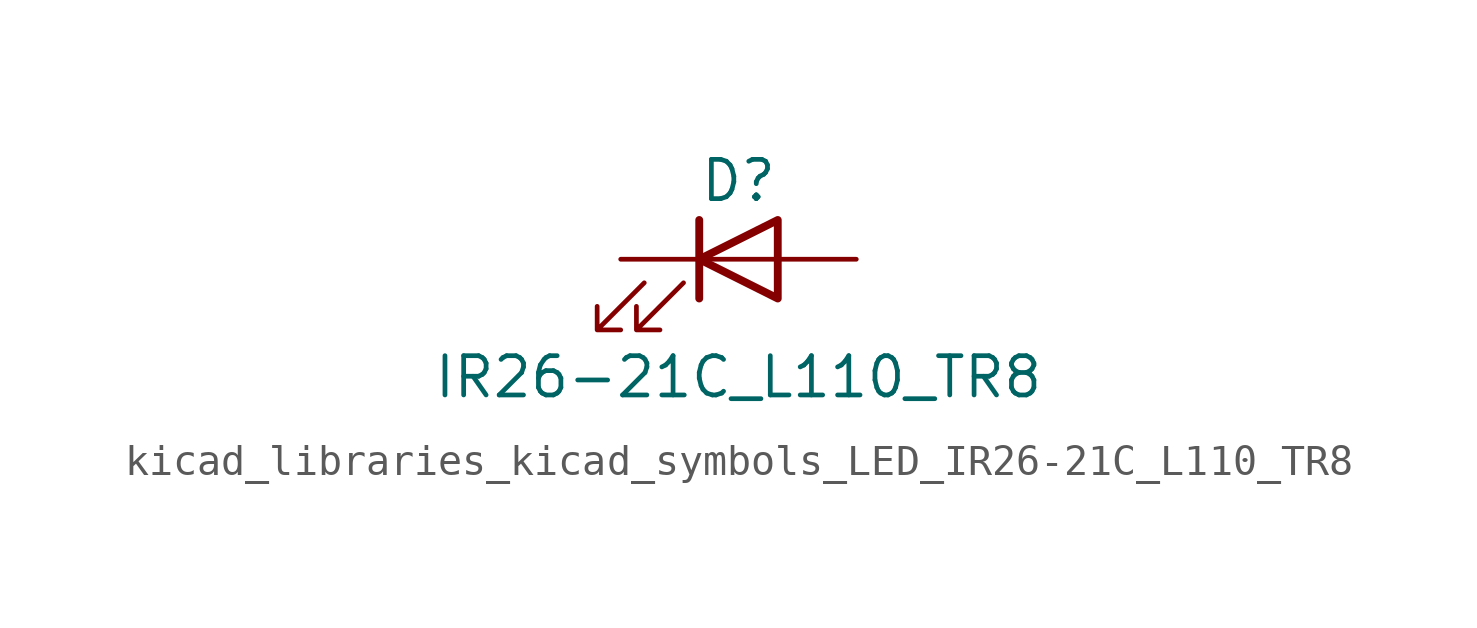
<source format=kicad_sym>
(kicad_symbol_lib
  (version 20220914)
  (generator kicad_symbol_editor)
  (symbol "kicad_libraries_kicad_symbols_LED_IR26-21C_L110_TR8"
    (pin_numbers hide)
    (pin_names
      (offset 1.016) hide)
    (property "Reference" "D"
      (at 0 2.54 0)
      (effects (font (size 1.27 1.27))))
    (property "Value" "IR26-21C_L110_TR8"
      (at 0 -3.81 0)
      (effects (font (size 1.27 1.27))))
    (symbol "kicad_libraries_kicad_symbols_LED_IR26-21C_L110_TR8_0_1"
      (polyline (pts (xy -1.27 -1.27) (xy -1.27 1.27)) (stroke (width 0.254) (type default)) (fill (type none)))
      (polyline (pts (xy -1.27 0) (xy 1.27 0)) (stroke (width 0) (type default)) (fill (type none)))
      (polyline (pts (xy 1.27 -1.27) (xy 1.27 1.27) (xy -1.27 0) (xy 1.27 -1.27)) (stroke (width 0.254) (type default)) (fill (type none)))
      (polyline (pts (xy -3.048 -0.762) (xy -4.572 -2.286) (xy -3.81 -2.286) (xy -4.572 -2.286) (xy -4.572 -1.524)) (stroke (width 0) (type default)) (fill (type none)))
      (polyline (pts (xy -1.778 -0.762) (xy -3.302 -2.286) (xy -2.54 -2.286) (xy -3.302 -2.286) (xy -3.302 -1.524)) (stroke (width 0) (type default)) (fill (type none))))
    (symbol "kicad_libraries_kicad_symbols_LED_IR26-21C_L110_TR8_1_1"
      (pin passive line (at -3.81 0 0) (length 2.54) (name "K" (effects (font (size 1.27 1.27)))) (number "1" (effects (font (size 1.27 1.27)))))
      (pin passive line (at 3.81 0 180) (length 2.54) (name "A" (effects (font (size 1.27 1.27)))) (number "2" (effects (font (size 1.27 1.27))))))))
</source>
